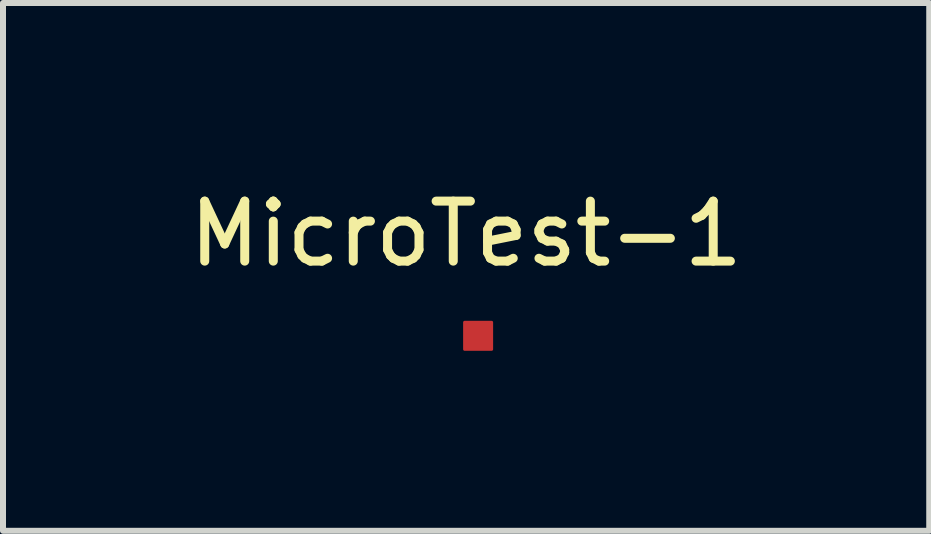
<source format=kicad_pcb>
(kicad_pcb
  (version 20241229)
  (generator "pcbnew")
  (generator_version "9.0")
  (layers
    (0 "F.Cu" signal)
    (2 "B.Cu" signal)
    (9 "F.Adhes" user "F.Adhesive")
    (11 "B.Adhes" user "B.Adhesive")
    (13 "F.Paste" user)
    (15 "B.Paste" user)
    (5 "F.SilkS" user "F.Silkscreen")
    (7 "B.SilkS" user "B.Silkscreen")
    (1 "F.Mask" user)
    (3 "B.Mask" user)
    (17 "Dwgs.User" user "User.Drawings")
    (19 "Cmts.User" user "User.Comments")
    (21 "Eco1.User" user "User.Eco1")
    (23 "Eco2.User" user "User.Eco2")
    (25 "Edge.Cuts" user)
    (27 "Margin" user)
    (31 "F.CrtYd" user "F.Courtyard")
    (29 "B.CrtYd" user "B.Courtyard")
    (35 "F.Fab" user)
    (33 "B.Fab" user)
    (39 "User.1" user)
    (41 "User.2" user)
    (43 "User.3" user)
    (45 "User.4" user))
  (footprint "MicroTest-1"
    (layer "F.Cu")
    (at 4.92 2.548)
    (property "Reference" "MicroTest-1" (at -0.2 -1.7 0) (unlocked yes) (layer "F.SilkS") (effects (font (size 1 1) (thickness 0.15))))
    (attr smd)
    (pad "1" smd roundrect (at 0 0) (size 0.5 0.5) (layers "F.Cu" "F.Mask" "F.Paste") (roundrect_rratio 0.05)))
  (gr_rect
    (start -3 -3)
    (end 12.44 5.798)
    (stroke (width 0.1) (type default))
    (fill no)
    (layer "Edge.Cuts")))
</source>
